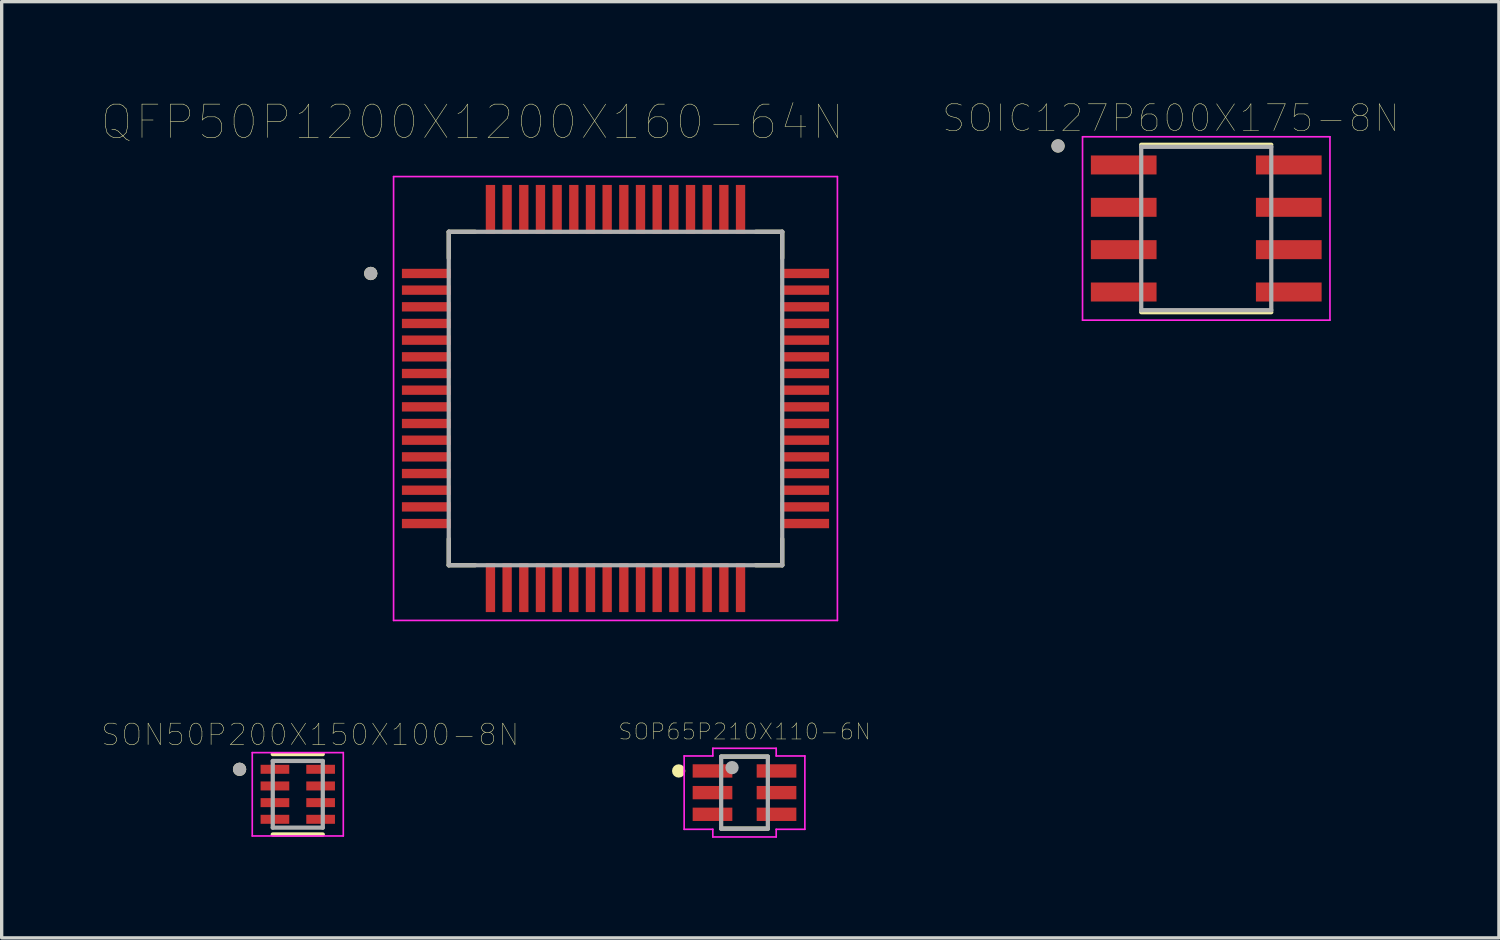
<source format=kicad_pcb>
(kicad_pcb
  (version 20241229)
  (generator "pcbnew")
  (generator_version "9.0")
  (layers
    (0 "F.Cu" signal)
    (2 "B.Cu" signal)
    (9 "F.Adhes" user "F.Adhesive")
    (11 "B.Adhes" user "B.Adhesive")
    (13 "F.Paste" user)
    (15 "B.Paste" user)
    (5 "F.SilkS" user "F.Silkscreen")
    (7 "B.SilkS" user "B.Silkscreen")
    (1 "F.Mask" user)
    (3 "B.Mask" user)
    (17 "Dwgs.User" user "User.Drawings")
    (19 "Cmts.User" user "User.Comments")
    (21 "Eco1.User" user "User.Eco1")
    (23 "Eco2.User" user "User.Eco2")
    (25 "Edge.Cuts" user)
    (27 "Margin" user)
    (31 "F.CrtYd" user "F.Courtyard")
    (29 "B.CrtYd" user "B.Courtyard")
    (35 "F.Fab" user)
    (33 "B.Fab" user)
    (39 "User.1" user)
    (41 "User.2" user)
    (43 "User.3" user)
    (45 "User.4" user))
  (footprint "SOIC127P600X175-8N"
    (layer "F.Cu")
    (at 33.124 3.802)
    (property "Reference" "SOIC127P600X175-8N" (at -1.06 -3.308 0) (layer "F.SilkS") (effects (font (size 0.8 0.8) (thickness 0.015))))
    (attr through_hole)
    (fp_line (start -1.95 -2.51) (end 1.95 -2.51) (stroke (width 0.127) (type solid)) (layer "F.SilkS"))
    (fp_line (start -1.95 2.51) (end 1.95 2.51) (stroke (width 0.127) (type solid)) (layer "F.SilkS"))
    (fp_circle (center -4.445 -2.475) (end -4.345 -2.475) (stroke (width 0.2) (type solid)) (fill no) (layer "F.SilkS"))
    (fp_line (start -3.71 -2.75) (end -3.71 2.75) (stroke (width 0.05) (type solid)) (layer "F.CrtYd"))
    (fp_line (start -3.71 -2.75) (end 3.71 -2.75) (stroke (width 0.05) (type solid)) (layer "F.CrtYd"))
    (fp_line (start -3.71 2.75) (end 3.71 2.75) (stroke (width 0.05) (type solid)) (layer "F.CrtYd"))
    (fp_line (start 3.71 -2.75) (end 3.71 2.75) (stroke (width 0.05) (type solid)) (layer "F.CrtYd"))
    (fp_line (start -1.95 -2.45) (end -1.95 2.45) (stroke (width 0.127) (type solid)) (layer "F.Fab"))
    (fp_line (start -1.95 -2.45) (end 1.95 -2.45) (stroke (width 0.127) (type solid)) (layer "F.Fab"))
    (fp_line (start -1.95 2.45) (end 1.95 2.45) (stroke (width 0.127) (type solid)) (layer "F.Fab"))
    (fp_line (start 1.95 -2.45) (end 1.95 2.45) (stroke (width 0.127) (type solid)) (layer "F.Fab"))
    (fp_circle (center -4.445 -2.475) (end -4.345 -2.475) (stroke (width 0.2) (type solid)) (fill no) (layer "F.Fab"))
    (pad "1" smd rect (at -2.475 -1.905) (size 1.97 0.57) (layers "F.Cu" "F.Mask" "F.Paste"))
    (pad "2" smd rect (at -2.475 -0.635) (size 1.97 0.57) (layers "F.Cu" "F.Mask" "F.Paste"))
    (pad "3" smd rect (at -2.475 0.635) (size 1.97 0.57) (layers "F.Cu" "F.Mask" "F.Paste"))
    (pad "4" smd rect (at -2.475 1.905) (size 1.97 0.57) (layers "F.Cu" "F.Mask" "F.Paste"))
    (pad "5" smd rect (at 2.475 1.905) (size 1.97 0.57) (layers "F.Cu" "F.Mask" "F.Paste"))
    (pad "6" smd rect (at 2.475 0.635) (size 1.97 0.57) (layers "F.Cu" "F.Mask" "F.Paste"))
    (pad "7" smd rect (at 2.475 -0.635) (size 1.97 0.57) (layers "F.Cu" "F.Mask" "F.Paste"))
    (pad "8" smd rect (at 2.475 -1.905) (size 1.97 0.57) (layers "F.Cu" "F.Mask" "F.Paste")))
  (footprint "SOP65P210X110-6N"
    (layer "F.Cu")
    (at 19.277 20.72)
    (property "Reference" "SOP65P210X110-6N" (at -0.000005 -1.831 0) (layer "F.SilkS") (effects (font (size 0.481 0.481) (thickness 0.015))))
    (attr through_hole)
    (fp_line (start -0.7 -1.08) (end 0.7 -1.08) (stroke (width 0.127) (type solid)) (layer "F.SilkS"))
    (fp_line (start 0.7 1.08) (end -0.7 1.08) (stroke (width 0.127) (type solid)) (layer "F.SilkS"))
    (fp_circle (center -1.974 -0.65) (end -1.874 -0.65) (stroke (width 0.2) (type solid)) (fill no) (layer "F.SilkS"))
    (fp_line (start -1.81 -1.1) (end -1.81 1.1) (stroke (width 0.05) (type solid)) (layer "F.CrtYd"))
    (fp_line (start -1.81 1.1) (end -0.95 1.1) (stroke (width 0.05) (type solid)) (layer "F.CrtYd"))
    (fp_line (start -0.95 -1.33) (end -0.95 -1.1) (stroke (width 0.05) (type solid)) (layer "F.CrtYd"))
    (fp_line (start -0.95 -1.33) (end 0.95 -1.33) (stroke (width 0.05) (type solid)) (layer "F.CrtYd"))
    (fp_line (start -0.95 -1.1) (end -1.81 -1.1) (stroke (width 0.05) (type solid)) (layer "F.CrtYd"))
    (fp_line (start -0.95 1.1) (end -0.95 1.33) (stroke (width 0.05) (type solid)) (layer "F.CrtYd"))
    (fp_line (start 0.95 -1.33) (end 0.95 -1.1) (stroke (width 0.05) (type solid)) (layer "F.CrtYd"))
    (fp_line (start 0.95 -1.1) (end 1.81 -1.1) (stroke (width 0.05) (type solid)) (layer "F.CrtYd"))
    (fp_line (start 0.95 1.1) (end 0.95 1.33) (stroke (width 0.05) (type solid)) (layer "F.CrtYd"))
    (fp_line (start 0.95 1.33) (end -0.95 1.33) (stroke (width 0.05) (type solid)) (layer "F.CrtYd"))
    (fp_line (start 1.81 -1.1) (end 1.81 1.1) (stroke (width 0.05) (type solid)) (layer "F.CrtYd"))
    (fp_line (start 1.81 1.1) (end 0.95 1.1) (stroke (width 0.05) (type solid)) (layer "F.CrtYd"))
    (fp_line (start -0.7 -1.08) (end 0.7 -1.08) (stroke (width 0.127) (type solid)) (layer "F.Fab"))
    (fp_line (start -0.7 1.08) (end -0.7 -1.08) (stroke (width 0.127) (type solid)) (layer "F.Fab"))
    (fp_line (start 0.7 -1.08) (end 0.7 1.08) (stroke (width 0.127) (type solid)) (layer "F.Fab"))
    (fp_line (start 0.7 1.08) (end -0.7 1.08) (stroke (width 0.127) (type solid)) (layer "F.Fab"))
    (fp_circle (center -0.374 -0.75) (end -0.274 -0.75) (stroke (width 0.2) (type solid)) (fill no) (layer "F.Fab"))
    (pad "1" smd rect (at -0.96 -0.65) (size 1.19 0.4) (layers "F.Cu" "F.Mask" "F.Paste"))
    (pad "2" smd rect (at -0.96 0) (size 1.19 0.4) (layers "F.Cu" "F.Mask" "F.Paste"))
    (pad "3" smd rect (at -0.96 0.65) (size 1.19 0.4) (layers "F.Cu" "F.Mask" "F.Paste"))
    (pad "4" smd rect (at 0.96 0.65) (size 1.19 0.4) (layers "F.Cu" "F.Mask" "F.Paste"))
    (pad "5" smd rect (at 0.96 0) (size 1.19 0.4) (layers "F.Cu" "F.Mask" "F.Paste"))
    (pad "6" smd rect (at 0.96 -0.65) (size 1.19 0.4) (layers "F.Cu" "F.Mask" "F.Paste")))
  (footprint "QFP50P1200X1200X160-64N"
    (layer "F.Cu")
    (at 15.408 8.901)
    (property "Reference" "QFP50P1200X1200X160-64N" (at -4.295 -8.29 0) (layer "F.SilkS") (effects (font (size 1 1) (thickness 0.015))))
    (attr through_hole)
    (fp_line (start -5 -5) (end -5 -4.21) (stroke (width 0.127) (type solid)) (layer "F.SilkS"))
    (fp_line (start -5 -5) (end -4.21 -5) (stroke (width 0.127) (type solid)) (layer "F.SilkS"))
    (fp_line (start -5 5) (end -5 4.21) (stroke (width 0.127) (type solid)) (layer "F.SilkS"))
    (fp_line (start -5 5) (end -4.21 5) (stroke (width 0.127) (type solid)) (layer "F.SilkS"))
    (fp_line (start 5 -5) (end 4.21 -5) (stroke (width 0.127) (type solid)) (layer "F.SilkS"))
    (fp_line (start 5 -5) (end 5 -4.21) (stroke (width 0.127) (type solid)) (layer "F.SilkS"))
    (fp_line (start 5 5) (end 4.21 5) (stroke (width 0.127) (type solid)) (layer "F.SilkS"))
    (fp_line (start 5 5) (end 5 4.21) (stroke (width 0.127) (type solid)) (layer "F.SilkS"))
    (fp_circle (center -7.34 -3.75) (end -7.24 -3.75) (stroke (width 0.2) (type solid)) (fill no) (layer "F.SilkS"))
    (fp_line (start -6.655 -6.655) (end 6.655 -6.655) (stroke (width 0.05) (type solid)) (layer "F.CrtYd"))
    (fp_line (start -6.655 6.655) (end -6.655 -6.655) (stroke (width 0.05) (type solid)) (layer "F.CrtYd"))
    (fp_line (start -6.655 6.655) (end 6.655 6.655) (stroke (width 0.05) (type solid)) (layer "F.CrtYd"))
    (fp_line (start 6.655 6.655) (end 6.655 -6.655) (stroke (width 0.05) (type solid)) (layer "F.CrtYd"))
    (fp_line (start -5 5) (end -5 -5) (stroke (width 0.127) (type solid)) (layer "F.Fab"))
    (fp_line (start 5 -5) (end -5 -5) (stroke (width 0.127) (type solid)) (layer "F.Fab"))
    (fp_line (start 5 5) (end -5 5) (stroke (width 0.127) (type solid)) (layer "F.Fab"))
    (fp_line (start 5 5) (end 5 -5) (stroke (width 0.127) (type solid)) (layer "F.Fab"))
    (fp_circle (center -7.34 -3.75) (end -7.24 -3.75) (stroke (width 0.2) (type solid)) (fill no) (layer "F.Fab"))
    (pad "1" smd rect (at -5.67 -3.75) (size 1.47 0.28) (layers "F.Cu" "F.Mask" "F.Paste"))
    (pad "2" smd rect (at -5.67 -3.25) (size 1.47 0.28) (layers "F.Cu" "F.Mask" "F.Paste"))
    (pad "3" smd rect (at -5.67 -2.75) (size 1.47 0.28) (layers "F.Cu" "F.Mask" "F.Paste"))
    (pad "4" smd rect (at -5.67 -2.25) (size 1.47 0.28) (layers "F.Cu" "F.Mask" "F.Paste"))
    (pad "5" smd rect (at -5.67 -1.75) (size 1.47 0.28) (layers "F.Cu" "F.Mask" "F.Paste"))
    (pad "6" smd rect (at -5.67 -1.25) (size 1.47 0.28) (layers "F.Cu" "F.Mask" "F.Paste"))
    (pad "7" smd rect (at -5.67 -0.75) (size 1.47 0.28) (layers "F.Cu" "F.Mask" "F.Paste"))
    (pad "8" smd rect (at -5.67 -0.25) (size 1.47 0.28) (layers "F.Cu" "F.Mask" "F.Paste"))
    (pad "9" smd rect (at -5.67 0.25) (size 1.47 0.28) (layers "F.Cu" "F.Mask" "F.Paste"))
    (pad "10" smd rect (at -5.67 0.75) (size 1.47 0.28) (layers "F.Cu" "F.Mask" "F.Paste"))
    (pad "11" smd rect (at -5.67 1.25) (size 1.47 0.28) (layers "F.Cu" "F.Mask" "F.Paste"))
    (pad "12" smd rect (at -5.67 1.75) (size 1.47 0.28) (layers "F.Cu" "F.Mask" "F.Paste"))
    (pad "13" smd rect (at -5.67 2.25) (size 1.47 0.28) (layers "F.Cu" "F.Mask" "F.Paste"))
    (pad "14" smd rect (at -5.67 2.75) (size 1.47 0.28) (layers "F.Cu" "F.Mask" "F.Paste"))
    (pad "15" smd rect (at -5.67 3.25) (size 1.47 0.28) (layers "F.Cu" "F.Mask" "F.Paste"))
    (pad "16" smd rect (at -5.67 3.75) (size 1.47 0.28) (layers "F.Cu" "F.Mask" "F.Paste"))
    (pad "17" smd rect (at -3.75 5.67) (size 0.28 1.47) (layers "F.Cu" "F.Mask" "F.Paste"))
    (pad "18" smd rect (at -3.25 5.67) (size 0.28 1.47) (layers "F.Cu" "F.Mask" "F.Paste"))
    (pad "19" smd rect (at -2.75 5.67) (size 0.28 1.47) (layers "F.Cu" "F.Mask" "F.Paste"))
    (pad "20" smd rect (at -2.25 5.67) (size 0.28 1.47) (layers "F.Cu" "F.Mask" "F.Paste"))
    (pad "21" smd rect (at -1.75 5.67) (size 0.28 1.47) (layers "F.Cu" "F.Mask" "F.Paste"))
    (pad "22" smd rect (at -1.25 5.67) (size 0.28 1.47) (layers "F.Cu" "F.Mask" "F.Paste"))
    (pad "23" smd rect (at -0.75 5.67) (size 0.28 1.47) (layers "F.Cu" "F.Mask" "F.Paste"))
    (pad "24" smd rect (at -0.25 5.67) (size 0.28 1.47) (layers "F.Cu" "F.Mask" "F.Paste"))
    (pad "25" smd rect (at 0.25 5.67) (size 0.28 1.47) (layers "F.Cu" "F.Mask" "F.Paste"))
    (pad "26" smd rect (at 0.75 5.67) (size 0.28 1.47) (layers "F.Cu" "F.Mask" "F.Paste"))
    (pad "27" smd rect (at 1.25 5.67) (size 0.28 1.47) (layers "F.Cu" "F.Mask" "F.Paste"))
    (pad "28" smd rect (at 1.75 5.67) (size 0.28 1.47) (layers "F.Cu" "F.Mask" "F.Paste"))
    (pad "29" smd rect (at 2.25 5.67) (size 0.28 1.47) (layers "F.Cu" "F.Mask" "F.Paste"))
    (pad "30" smd rect (at 2.75 5.67) (size 0.28 1.47) (layers "F.Cu" "F.Mask" "F.Paste"))
    (pad "31" smd rect (at 3.25 5.67) (size 0.28 1.47) (layers "F.Cu" "F.Mask" "F.Paste"))
    (pad "32" smd rect (at 3.75 5.67) (size 0.28 1.47) (layers "F.Cu" "F.Mask" "F.Paste"))
    (pad "33" smd rect (at 5.67 3.75) (size 1.47 0.28) (layers "F.Cu" "F.Mask" "F.Paste"))
    (pad "34" smd rect (at 5.67 3.25) (size 1.47 0.28) (layers "F.Cu" "F.Mask" "F.Paste"))
    (pad "35" smd rect (at 5.67 2.75) (size 1.47 0.28) (layers "F.Cu" "F.Mask" "F.Paste"))
    (pad "36" smd rect (at 5.67 2.25) (size 1.47 0.28) (layers "F.Cu" "F.Mask" "F.Paste"))
    (pad "37" smd rect (at 5.67 1.75) (size 1.47 0.28) (layers "F.Cu" "F.Mask" "F.Paste"))
    (pad "38" smd rect (at 5.67 1.25) (size 1.47 0.28) (layers "F.Cu" "F.Mask" "F.Paste"))
    (pad "39" smd rect (at 5.67 0.75) (size 1.47 0.28) (layers "F.Cu" "F.Mask" "F.Paste"))
    (pad "40" smd rect (at 5.67 0.25) (size 1.47 0.28) (layers "F.Cu" "F.Mask" "F.Paste"))
    (pad "41" smd rect (at 5.67 -0.25) (size 1.47 0.28) (layers "F.Cu" "F.Mask" "F.Paste"))
    (pad "42" smd rect (at 5.67 -0.75) (size 1.47 0.28) (layers "F.Cu" "F.Mask" "F.Paste"))
    (pad "43" smd rect (at 5.67 -1.25) (size 1.47 0.28) (layers "F.Cu" "F.Mask" "F.Paste"))
    (pad "44" smd rect (at 5.67 -1.75) (size 1.47 0.28) (layers "F.Cu" "F.Mask" "F.Paste"))
    (pad "45" smd rect (at 5.67 -2.25) (size 1.47 0.28) (layers "F.Cu" "F.Mask" "F.Paste"))
    (pad "46" smd rect (at 5.67 -2.75) (size 1.47 0.28) (layers "F.Cu" "F.Mask" "F.Paste"))
    (pad "47" smd rect (at 5.67 -3.25) (size 1.47 0.28) (layers "F.Cu" "F.Mask" "F.Paste"))
    (pad "48" smd rect (at 5.67 -3.75) (size 1.47 0.28) (layers "F.Cu" "F.Mask" "F.Paste"))
    (pad "49" smd rect (at 3.75 -5.67) (size 0.28 1.47) (layers "F.Cu" "F.Mask" "F.Paste"))
    (pad "50" smd rect (at 3.25 -5.67) (size 0.28 1.47) (layers "F.Cu" "F.Mask" "F.Paste"))
    (pad "51" smd rect (at 2.75 -5.67) (size 0.28 1.47) (layers "F.Cu" "F.Mask" "F.Paste"))
    (pad "52" smd rect (at 2.25 -5.67) (size 0.28 1.47) (layers "F.Cu" "F.Mask" "F.Paste"))
    (pad "53" smd rect (at 1.75 -5.67) (size 0.28 1.47) (layers "F.Cu" "F.Mask" "F.Paste"))
    (pad "54" smd rect (at 1.25 -5.67) (size 0.28 1.47) (layers "F.Cu" "F.Mask" "F.Paste"))
    (pad "55" smd rect (at 0.75 -5.67) (size 0.28 1.47) (layers "F.Cu" "F.Mask" "F.Paste"))
    (pad "56" smd rect (at 0.25 -5.67) (size 0.28 1.47) (layers "F.Cu" "F.Mask" "F.Paste"))
    (pad "57" smd rect (at -0.25 -5.67) (size 0.28 1.47) (layers "F.Cu" "F.Mask" "F.Paste"))
    (pad "58" smd rect (at -0.75 -5.67) (size 0.28 1.47) (layers "F.Cu" "F.Mask" "F.Paste"))
    (pad "59" smd rect (at -1.25 -5.67) (size 0.28 1.47) (layers "F.Cu" "F.Mask" "F.Paste"))
    (pad "60" smd rect (at -1.75 -5.67) (size 0.28 1.47) (layers "F.Cu" "F.Mask" "F.Paste"))
    (pad "61" smd rect (at -2.25 -5.67) (size 0.28 1.47) (layers "F.Cu" "F.Mask" "F.Paste"))
    (pad "62" smd rect (at -2.75 -5.67) (size 0.28 1.47) (layers "F.Cu" "F.Mask" "F.Paste"))
    (pad "63" smd rect (at -3.25 -5.67) (size 0.28 1.47) (layers "F.Cu" "F.Mask" "F.Paste"))
    (pad "64" smd rect (at -3.75 -5.67) (size 0.28 1.47) (layers "F.Cu" "F.Mask" "F.Paste")))
  (footprint "SON50P200X150X100-8N"
    (layer "F.Cu")
    (at 5.88 20.77)
    (property "Reference" "SON50P200X150X100-8N" (at 0.372 -1.788 0) (layer "F.SilkS") (effects (font (size 0.64 0.64) (thickness 0.015))))
    (attr through_hole)
    (fp_line (start -0.75 -1.205) (end 0.75 -1.205) (stroke (width 0.127) (type solid)) (layer "F.SilkS"))
    (fp_line (start -0.75 1.205) (end 0.75 1.205) (stroke (width 0.127) (type solid)) (layer "F.SilkS"))
    (fp_circle (center -1.745 -0.75) (end -1.645 -0.75) (stroke (width 0.2) (type solid)) (fill no) (layer "F.SilkS"))
    (fp_line (start -1.365 -1.25) (end -1.365 1.25) (stroke (width 0.05) (type solid)) (layer "F.CrtYd"))
    (fp_line (start -1.365 -1.25) (end 1.365 -1.25) (stroke (width 0.05) (type solid)) (layer "F.CrtYd"))
    (fp_line (start -1.365 1.25) (end 1.365 1.25) (stroke (width 0.05) (type solid)) (layer "F.CrtYd"))
    (fp_line (start 1.365 -1.25) (end 1.365 1.25) (stroke (width 0.05) (type solid)) (layer "F.CrtYd"))
    (fp_line (start -0.75 -1) (end -0.75 1) (stroke (width 0.127) (type solid)) (layer "F.Fab"))
    (fp_line (start -0.75 -1) (end 0.75 -1) (stroke (width 0.127) (type solid)) (layer "F.Fab"))
    (fp_line (start -0.75 1) (end 0.75 1) (stroke (width 0.127) (type solid)) (layer "F.Fab"))
    (fp_line (start 0.75 -1) (end 0.75 1) (stroke (width 0.127) (type solid)) (layer "F.Fab"))
    (fp_circle (center -1.745 -0.75) (end -1.645 -0.75) (stroke (width 0.2) (type solid)) (fill no) (layer "F.Fab"))
    (pad "1" smd rect (at -0.685 -0.75) (size 0.86 0.27) (layers "F.Cu" "F.Mask" "F.Paste"))
    (pad "2" smd rect (at -0.685 -0.25) (size 0.86 0.27) (layers "F.Cu" "F.Mask" "F.Paste"))
    (pad "3" smd rect (at -0.685 0.25) (size 0.86 0.27) (layers "F.Cu" "F.Mask" "F.Paste"))
    (pad "4" smd rect (at -0.685 0.75) (size 0.86 0.27) (layers "F.Cu" "F.Mask" "F.Paste"))
    (pad "5" smd rect (at 0.685 0.75) (size 0.86 0.27) (layers "F.Cu" "F.Mask" "F.Paste"))
    (pad "6" smd rect (at 0.685 0.25) (size 0.86 0.27) (layers "F.Cu" "F.Mask" "F.Paste"))
    (pad "7" smd rect (at 0.685 -0.25) (size 0.86 0.27) (layers "F.Cu" "F.Mask" "F.Paste"))
    (pad "8" smd rect (at 0.685 -0.75) (size 0.86 0.27) (layers "F.Cu" "F.Mask" "F.Paste")))
  (gr_rect
    (start -3 -3)
    (end 41.901 25.075)
    (stroke (width 0.1) (type default))
    (fill no)
    (layer "Edge.Cuts")))
</source>
